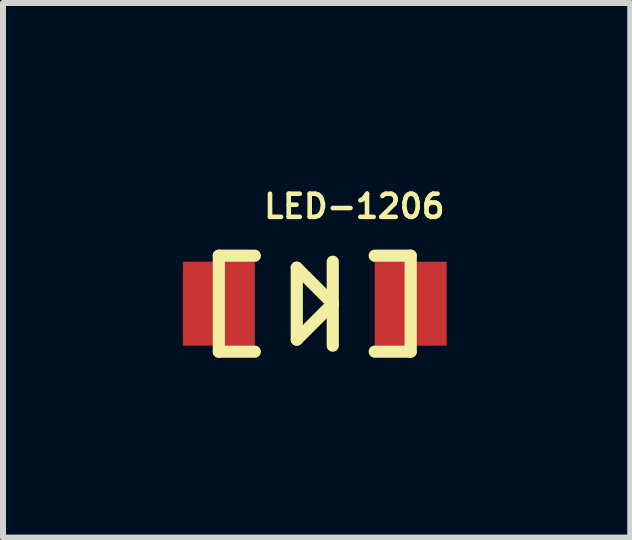
<source format=kicad_pcb>
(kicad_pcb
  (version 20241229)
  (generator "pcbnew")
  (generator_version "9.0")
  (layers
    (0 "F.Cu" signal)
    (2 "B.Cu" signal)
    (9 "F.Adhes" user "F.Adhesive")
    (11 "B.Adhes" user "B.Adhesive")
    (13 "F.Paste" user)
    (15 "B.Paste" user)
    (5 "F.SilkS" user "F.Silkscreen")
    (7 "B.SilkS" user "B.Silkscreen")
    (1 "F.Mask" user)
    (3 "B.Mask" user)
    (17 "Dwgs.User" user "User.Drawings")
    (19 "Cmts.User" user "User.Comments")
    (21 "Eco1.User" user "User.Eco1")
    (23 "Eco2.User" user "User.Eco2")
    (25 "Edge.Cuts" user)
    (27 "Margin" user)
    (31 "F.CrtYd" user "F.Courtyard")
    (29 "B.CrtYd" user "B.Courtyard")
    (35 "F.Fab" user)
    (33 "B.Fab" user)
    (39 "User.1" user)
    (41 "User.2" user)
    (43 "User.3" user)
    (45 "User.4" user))
  (footprint "LED-1206"
    (layer "F.Cu")
    (at 2.2 2.015)
    (property "Reference" "LED-1206" (at -0.889 -1.397 180) (layer "F.SilkS") (effects (font (size 0.386 0.386) (thickness 0.077)) (justify left bottom)))
    (attr through_hole)
    (fp_line (start -1.6 -0.8) (end -1.6 0.8) (stroke (width 0.203) (type solid)) (layer "F.SilkS"))
    (fp_line (start -1.6 0.8) (end -1 0.8) (stroke (width 0.203) (type solid)) (layer "F.SilkS"))
    (fp_line (start -1 -0.8) (end -1.6 -0.8) (stroke (width 0.203) (type solid)) (layer "F.SilkS"))
    (fp_line (start -0.3 -0.6) (end -0.3 0.6) (stroke (width 0.203) (type solid)) (layer "F.SilkS"))
    (fp_line (start -0.3 0.6) (end 0.3 0) (stroke (width 0.203) (type solid)) (layer "F.SilkS"))
    (fp_line (start 0.3 -0.7) (end 0.3 0) (stroke (width 0.203) (type solid)) (layer "F.SilkS"))
    (fp_line (start 0.3 0) (end -0.3 -0.6) (stroke (width 0.203) (type solid)) (layer "F.SilkS"))
    (fp_line (start 0.3 0) (end 0.3 0.7) (stroke (width 0.203) (type solid)) (layer "F.SilkS"))
    (fp_line (start 1 -0.8) (end 1.6 -0.8) (stroke (width 0.203) (type solid)) (layer "F.SilkS"))
    (fp_line (start 1.6 -0.8) (end 1.6 0.8) (stroke (width 0.203) (type solid)) (layer "F.SilkS"))
    (fp_line (start 1.6 0.8) (end 1 0.8) (stroke (width 0.203) (type solid)) (layer "F.SilkS"))
    (pad "A" smd rect (at -1.6 0) (size 1.2 1.4) (layers "F.Cu" "F.Mask" "F.Paste"))
    (pad "C" smd rect (at 1.6 0) (size 1.2 1.4) (layers "F.Cu" "F.Mask" "F.Paste")))
  (gr_rect
    (start -3 -3)
    (end 7.462 5.916)
    (stroke (width 0.1) (type default))
    (fill no)
    (layer "Edge.Cuts")))
</source>
